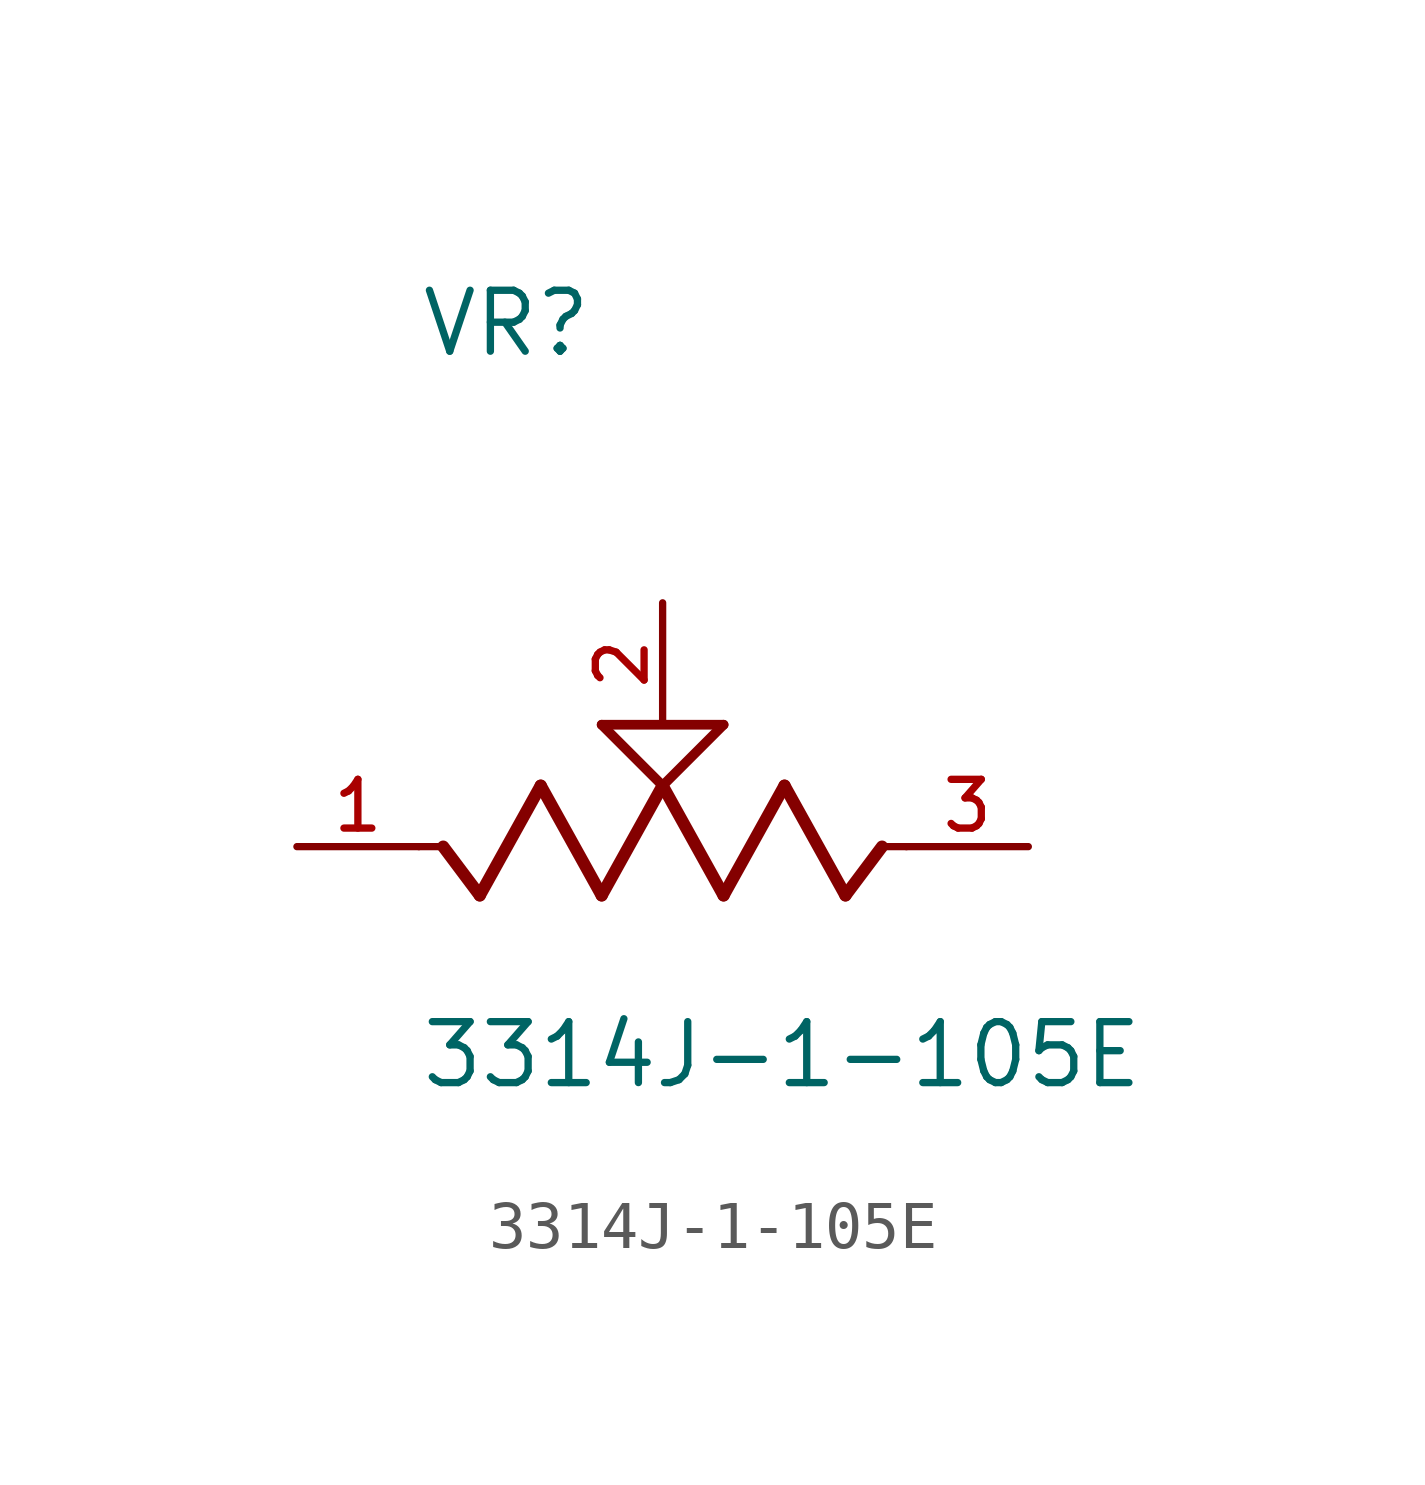
<source format=kicad_sym>
(kicad_symbol_lib
  (version 20211014)
  (generator kicad_symbol_editor)
  (symbol "3314J-1-105E"
    (pin_names
      (offset 1.016))
    (property "Reference" "VR"
      (at -5.08 10.16 0)
      (effects (font (size 1.27 1.27)) (justify bottom left)))
    (property "Value" "3314J-1-105E"
      (at -5.08 -5.08 0)
      (effects (font (size 1.27 1.27)) (justify bottom left)))
    (symbol "3314J-1-105E_0_0"
      (polyline (pts (xy 5.08 0.0) (xy 4.572 0.0)) (stroke (width 0.152)))
      (polyline (pts (xy 4.572 0.0) (xy 3.81 -1.016)) (stroke (width 0.254)))
      (polyline (pts (xy 3.81 -1.016) (xy 2.54 1.27)) (stroke (width 0.254)))
      (polyline (pts (xy 2.54 1.27) (xy 1.27 -1.016)) (stroke (width 0.254)))
      (polyline (pts (xy 1.27 -1.016) (xy 0.0 1.27)) (stroke (width 0.254)))
      (polyline (pts (xy 0.0 1.27) (xy -1.27 -1.016)) (stroke (width 0.254)))
      (polyline (pts (xy -1.27 -1.016) (xy -2.54 1.27)) (stroke (width 0.254)))
      (polyline (pts (xy -2.54 1.27) (xy -3.81 -1.016)) (stroke (width 0.254)))
      (polyline (pts (xy -3.81 -1.016) (xy -4.572 0.0)) (stroke (width 0.254)))
      (polyline (pts (xy -4.572 0.0) (xy -5.08 0.0)) (stroke (width 0.152)))
      (polyline (pts (xy 0.0 1.27) (xy -1.27 2.54)) (stroke (width 0.203)))
      (polyline (pts (xy 1.27 2.54) (xy 0.0 1.27)) (stroke (width 0.203)))
      (polyline (pts (xy -1.27 2.54) (xy 1.27 2.54)) (stroke (width 0.203)))
      (pin passive line (at 7.62 0.0 180.0) (length 2.54) (name "~" (effects (font (size 1.016 1.016)))) (number "3" (effects (font (size 1.016 1.016)))))
      (pin passive line (at -7.62 0.0 0) (length 2.54) (name "~" (effects (font (size 1.016 1.016)))) (number "1" (effects (font (size 1.016 1.016)))))
      (pin passive line (at 0.0 5.08 270.0) (length 2.54) (name "~" (effects (font (size 1.016 1.016)))) (number "2" (effects (font (size 1.016 1.016))))))))
</source>
